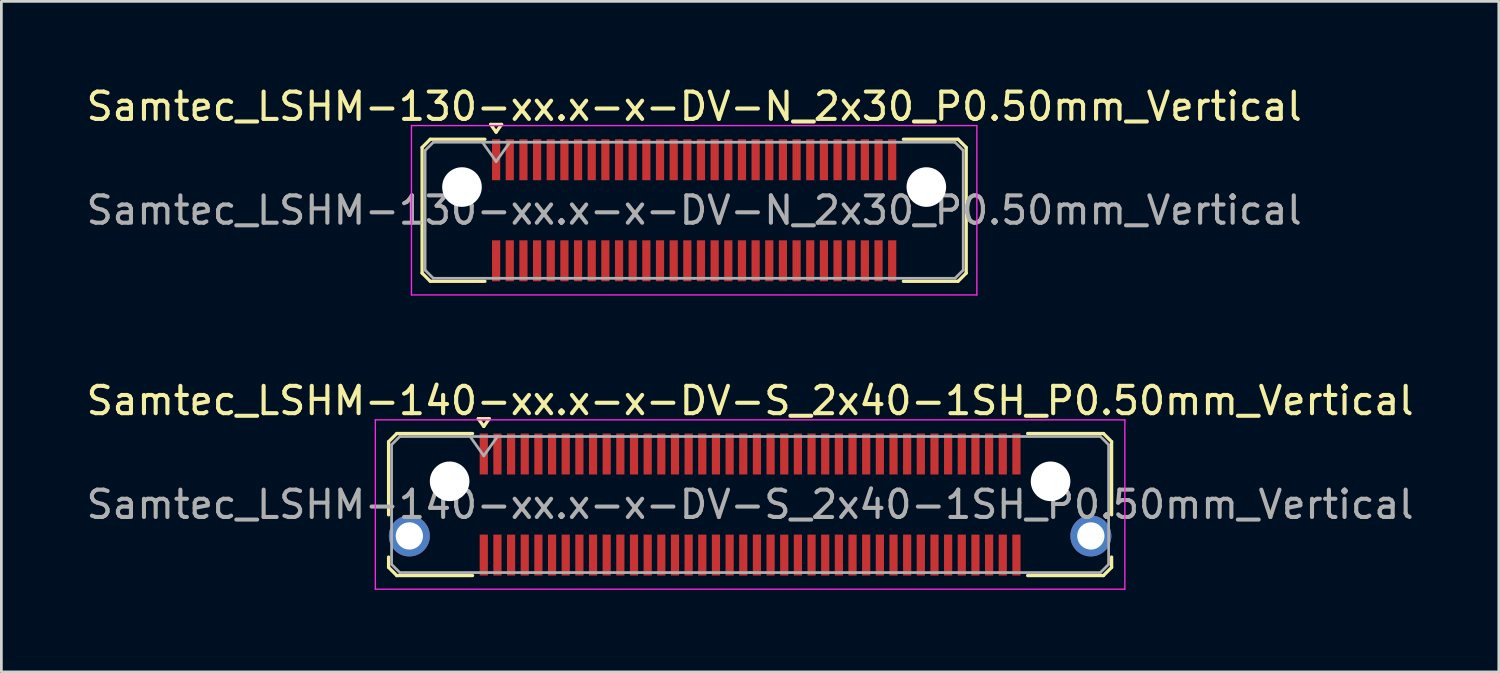
<source format=kicad_pcb>
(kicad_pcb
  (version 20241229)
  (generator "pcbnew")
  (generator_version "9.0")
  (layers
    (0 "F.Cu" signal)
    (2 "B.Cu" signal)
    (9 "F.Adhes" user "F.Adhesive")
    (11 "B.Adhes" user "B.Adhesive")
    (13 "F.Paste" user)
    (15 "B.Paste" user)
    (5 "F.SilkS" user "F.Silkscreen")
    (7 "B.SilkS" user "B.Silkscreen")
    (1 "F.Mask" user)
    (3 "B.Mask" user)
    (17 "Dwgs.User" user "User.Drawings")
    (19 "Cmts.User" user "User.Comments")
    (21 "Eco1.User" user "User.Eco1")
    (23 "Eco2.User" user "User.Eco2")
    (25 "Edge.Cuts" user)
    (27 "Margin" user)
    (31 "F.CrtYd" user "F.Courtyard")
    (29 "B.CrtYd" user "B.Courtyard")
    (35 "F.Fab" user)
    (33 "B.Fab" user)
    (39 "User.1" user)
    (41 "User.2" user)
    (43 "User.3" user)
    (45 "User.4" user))
  (footprint "Samtec_LSHM-140-xx.x-x-DV-S_2x40-1SH_P0.50mm_Vertical"
    (layer "F.Cu")
    (at 24.411 15.421)
    (property "Reference" "Samtec_LSHM-140-xx.x-x-DV-S_2x40-1SH_P0.50mm_Vertical" (at 0 -3.8 0) (layer "F.SilkS") (effects (font (size 1 1) (thickness 0.15))))
    (attr smd)
    (fp_line (start -13.235 -2.3) (end -13.235 0.377) (stroke (width 0.12) (type solid)) (layer "F.SilkS"))
    (fp_line (start -13.235 1.923) (end -13.235 2.3) (stroke (width 0.12) (type solid)) (layer "F.SilkS"))
    (fp_line (start -13.235 2.3) (end -12.935 2.6) (stroke (width 0.12) (type solid)) (layer "F.SilkS"))
    (fp_line (start -12.935 -2.6) (end -13.235 -2.3) (stroke (width 0.12) (type solid)) (layer "F.SilkS"))
    (fp_line (start -12.935 2.6) (end -10.16 2.6) (stroke (width 0.12) (type solid)) (layer "F.SilkS"))
    (fp_line (start -10.16 -2.6) (end -12.935 -2.6) (stroke (width 0.12) (type solid)) (layer "F.SilkS"))
    (fp_line (start -9.95 -3.143) (end -9.55 -3.143) (stroke (width 0.12) (type solid)) (layer "F.SilkS"))
    (fp_line (start -9.75 -2.86) (end -9.95 -3.143) (stroke (width 0.12) (type solid)) (layer "F.SilkS"))
    (fp_line (start -9.55 -3.143) (end -9.75 -2.86) (stroke (width 0.12) (type solid)) (layer "F.SilkS"))
    (fp_line (start 10.16 -2.6) (end 12.935 -2.6) (stroke (width 0.12) (type solid)) (layer "F.SilkS"))
    (fp_line (start 12.935 -2.6) (end 13.235 -2.3) (stroke (width 0.12) (type solid)) (layer "F.SilkS"))
    (fp_line (start 12.935 2.6) (end 10.16 2.6) (stroke (width 0.12) (type solid)) (layer "F.SilkS"))
    (fp_line (start 13.235 -2.3) (end 13.235 0.377) (stroke (width 0.12) (type solid)) (layer "F.SilkS"))
    (fp_line (start 13.235 1.923) (end 13.235 2.3) (stroke (width 0.12) (type solid)) (layer "F.SilkS"))
    (fp_line (start 13.235 2.3) (end 12.935 2.6) (stroke (width 0.12) (type solid)) (layer "F.SilkS"))
    (fp_line (start -13.72 -3.1) (end -13.72 3.1) (stroke (width 0.05) (type solid)) (layer "F.CrtYd"))
    (fp_line (start -13.72 3.1) (end 13.72 3.1) (stroke (width 0.05) (type solid)) (layer "F.CrtYd"))
    (fp_line (start 13.72 -3.1) (end -13.72 -3.1) (stroke (width 0.05) (type solid)) (layer "F.CrtYd"))
    (fp_line (start 13.72 3.1) (end 13.72 -3.1) (stroke (width 0.05) (type solid)) (layer "F.CrtYd"))
    (fp_line (start -13.125 -2.19) (end -13.125 2.19) (stroke (width 0.1) (type solid)) (layer "F.Fab"))
    (fp_line (start -13.125 2.19) (end -12.825 2.49) (stroke (width 0.1) (type solid)) (layer "F.Fab"))
    (fp_line (start -12.825 -2.49) (end -13.125 -2.19) (stroke (width 0.1) (type solid)) (layer "F.Fab"))
    (fp_line (start -12.825 2.49) (end 0 2.49) (stroke (width 0.1) (type solid)) (layer "F.Fab"))
    (fp_line (start -10.25 -2.49) (end -9.75 -1.783) (stroke (width 0.1) (type solid)) (layer "F.Fab"))
    (fp_line (start -9.75 -1.783) (end -9.25 -2.49) (stroke (width 0.1) (type solid)) (layer "F.Fab"))
    (fp_line (start 0 -2.49) (end -12.825 -2.49) (stroke (width 0.1) (type solid)) (layer "F.Fab"))
    (fp_line (start 0 -2.49) (end 12.825 -2.49) (stroke (width 0.1) (type solid)) (layer "F.Fab"))
    (fp_line (start 12.825 -2.49) (end 13.125 -2.19) (stroke (width 0.1) (type solid)) (layer "F.Fab"))
    (fp_line (start 12.825 2.49) (end 0 2.49) (stroke (width 0.1) (type solid)) (layer "F.Fab"))
    (fp_line (start 13.125 -2.19) (end 13.125 2.19) (stroke (width 0.1) (type solid)) (layer "F.Fab"))
    (fp_line (start 13.125 2.19) (end 12.825 2.49) (stroke (width 0.1) (type solid)) (layer "F.Fab"))
    (fp_text user "${REFERENCE}" (at 0 0 0) (layer "F.Fab") (effects (font (size 1 1) (thickness 0.15))))
    (pad "" np_thru_hole circle (at -11 -0.85) (size 1.45 1.45) (drill 1.45) (layers "*.Cu" "*.Mask"))
    (pad "" np_thru_hole circle (at 11 -0.85) (size 1.45 1.45) (drill 1.45) (layers "*.Cu" "*.Mask"))
    (pad "1" smd rect (at -9.75 -1.85) (size 0.3 1.5) (layers "F.Cu" "F.Mask" "F.Paste"))
    (pad "2" smd rect (at -9.75 1.85) (size 0.3 1.5) (layers "F.Cu" "F.Mask" "F.Paste"))
    (pad "3" smd rect (at -9.25 -1.85) (size 0.3 1.5) (layers "F.Cu" "F.Mask" "F.Paste"))
    (pad "4" smd rect (at -9.25 1.85) (size 0.3 1.5) (layers "F.Cu" "F.Mask" "F.Paste"))
    (pad "5" smd rect (at -8.75 -1.85) (size 0.3 1.5) (layers "F.Cu" "F.Mask" "F.Paste"))
    (pad "6" smd rect (at -8.75 1.85) (size 0.3 1.5) (layers "F.Cu" "F.Mask" "F.Paste"))
    (pad "7" smd rect (at -8.25 -1.85) (size 0.3 1.5) (layers "F.Cu" "F.Mask" "F.Paste"))
    (pad "8" smd rect (at -8.25 1.85) (size 0.3 1.5) (layers "F.Cu" "F.Mask" "F.Paste"))
    (pad "9" smd rect (at -7.75 -1.85) (size 0.3 1.5) (layers "F.Cu" "F.Mask" "F.Paste"))
    (pad "10" smd rect (at -7.75 1.85) (size 0.3 1.5) (layers "F.Cu" "F.Mask" "F.Paste"))
    (pad "11" smd rect (at -7.25 -1.85) (size 0.3 1.5) (layers "F.Cu" "F.Mask" "F.Paste"))
    (pad "12" smd rect (at -7.25 1.85) (size 0.3 1.5) (layers "F.Cu" "F.Mask" "F.Paste"))
    (pad "13" smd rect (at -6.75 -1.85) (size 0.3 1.5) (layers "F.Cu" "F.Mask" "F.Paste"))
    (pad "14" smd rect (at -6.75 1.85) (size 0.3 1.5) (layers "F.Cu" "F.Mask" "F.Paste"))
    (pad "15" smd rect (at -6.25 -1.85) (size 0.3 1.5) (layers "F.Cu" "F.Mask" "F.Paste"))
    (pad "16" smd rect (at -6.25 1.85) (size 0.3 1.5) (layers "F.Cu" "F.Mask" "F.Paste"))
    (pad "17" smd rect (at -5.75 -1.85) (size 0.3 1.5) (layers "F.Cu" "F.Mask" "F.Paste"))
    (pad "18" smd rect (at -5.75 1.85) (size 0.3 1.5) (layers "F.Cu" "F.Mask" "F.Paste"))
    (pad "19" smd rect (at -5.25 -1.85) (size 0.3 1.5) (layers "F.Cu" "F.Mask" "F.Paste"))
    (pad "20" smd rect (at -5.25 1.85) (size 0.3 1.5) (layers "F.Cu" "F.Mask" "F.Paste"))
    (pad "21" smd rect (at -4.75 -1.85) (size 0.3 1.5) (layers "F.Cu" "F.Mask" "F.Paste"))
    (pad "22" smd rect (at -4.75 1.85) (size 0.3 1.5) (layers "F.Cu" "F.Mask" "F.Paste"))
    (pad "23" smd rect (at -4.25 -1.85) (size 0.3 1.5) (layers "F.Cu" "F.Mask" "F.Paste"))
    (pad "24" smd rect (at -4.25 1.85) (size 0.3 1.5) (layers "F.Cu" "F.Mask" "F.Paste"))
    (pad "25" smd rect (at -3.75 -1.85) (size 0.3 1.5) (layers "F.Cu" "F.Mask" "F.Paste"))
    (pad "26" smd rect (at -3.75 1.85) (size 0.3 1.5) (layers "F.Cu" "F.Mask" "F.Paste"))
    (pad "27" smd rect (at -3.25 -1.85) (size 0.3 1.5) (layers "F.Cu" "F.Mask" "F.Paste"))
    (pad "28" smd rect (at -3.25 1.85) (size 0.3 1.5) (layers "F.Cu" "F.Mask" "F.Paste"))
    (pad "29" smd rect (at -2.75 -1.85) (size 0.3 1.5) (layers "F.Cu" "F.Mask" "F.Paste"))
    (pad "30" smd rect (at -2.75 1.85) (size 0.3 1.5) (layers "F.Cu" "F.Mask" "F.Paste"))
    (pad "31" smd rect (at -2.25 -1.85) (size 0.3 1.5) (layers "F.Cu" "F.Mask" "F.Paste"))
    (pad "32" smd rect (at -2.25 1.85) (size 0.3 1.5) (layers "F.Cu" "F.Mask" "F.Paste"))
    (pad "33" smd rect (at -1.75 -1.85) (size 0.3 1.5) (layers "F.Cu" "F.Mask" "F.Paste"))
    (pad "34" smd rect (at -1.75 1.85) (size 0.3 1.5) (layers "F.Cu" "F.Mask" "F.Paste"))
    (pad "35" smd rect (at -1.25 -1.85) (size 0.3 1.5) (layers "F.Cu" "F.Mask" "F.Paste"))
    (pad "36" smd rect (at -1.25 1.85) (size 0.3 1.5) (layers "F.Cu" "F.Mask" "F.Paste"))
    (pad "37" smd rect (at -0.75 -1.85) (size 0.3 1.5) (layers "F.Cu" "F.Mask" "F.Paste"))
    (pad "38" smd rect (at -0.75 1.85) (size 0.3 1.5) (layers "F.Cu" "F.Mask" "F.Paste"))
    (pad "39" smd rect (at -0.25 -1.85) (size 0.3 1.5) (layers "F.Cu" "F.Mask" "F.Paste"))
    (pad "40" smd rect (at -0.25 1.85) (size 0.3 1.5) (layers "F.Cu" "F.Mask" "F.Paste"))
    (pad "41" smd rect (at 0.25 -1.85) (size 0.3 1.5) (layers "F.Cu" "F.Mask" "F.Paste"))
    (pad "42" smd rect (at 0.25 1.85) (size 0.3 1.5) (layers "F.Cu" "F.Mask" "F.Paste"))
    (pad "43" smd rect (at 0.75 -1.85) (size 0.3 1.5) (layers "F.Cu" "F.Mask" "F.Paste"))
    (pad "44" smd rect (at 0.75 1.85) (size 0.3 1.5) (layers "F.Cu" "F.Mask" "F.Paste"))
    (pad "45" smd rect (at 1.25 -1.85) (size 0.3 1.5) (layers "F.Cu" "F.Mask" "F.Paste"))
    (pad "46" smd rect (at 1.25 1.85) (size 0.3 1.5) (layers "F.Cu" "F.Mask" "F.Paste"))
    (pad "47" smd rect (at 1.75 -1.85) (size 0.3 1.5) (layers "F.Cu" "F.Mask" "F.Paste"))
    (pad "48" smd rect (at 1.75 1.85) (size 0.3 1.5) (layers "F.Cu" "F.Mask" "F.Paste"))
    (pad "49" smd rect (at 2.25 -1.85) (size 0.3 1.5) (layers "F.Cu" "F.Mask" "F.Paste"))
    (pad "50" smd rect (at 2.25 1.85) (size 0.3 1.5) (layers "F.Cu" "F.Mask" "F.Paste"))
    (pad "51" smd rect (at 2.75 -1.85) (size 0.3 1.5) (layers "F.Cu" "F.Mask" "F.Paste"))
    (pad "52" smd rect (at 2.75 1.85) (size 0.3 1.5) (layers "F.Cu" "F.Mask" "F.Paste"))
    (pad "53" smd rect (at 3.25 -1.85) (size 0.3 1.5) (layers "F.Cu" "F.Mask" "F.Paste"))
    (pad "54" smd rect (at 3.25 1.85) (size 0.3 1.5) (layers "F.Cu" "F.Mask" "F.Paste"))
    (pad "55" smd rect (at 3.75 -1.85) (size 0.3 1.5) (layers "F.Cu" "F.Mask" "F.Paste"))
    (pad "56" smd rect (at 3.75 1.85) (size 0.3 1.5) (layers "F.Cu" "F.Mask" "F.Paste"))
    (pad "57" smd rect (at 4.25 -1.85) (size 0.3 1.5) (layers "F.Cu" "F.Mask" "F.Paste"))
    (pad "58" smd rect (at 4.25 1.85) (size 0.3 1.5) (layers "F.Cu" "F.Mask" "F.Paste"))
    (pad "59" smd rect (at 4.75 -1.85) (size 0.3 1.5) (layers "F.Cu" "F.Mask" "F.Paste"))
    (pad "60" smd rect (at 4.75 1.85) (size 0.3 1.5) (layers "F.Cu" "F.Mask" "F.Paste"))
    (pad "61" smd rect (at 5.25 -1.85) (size 0.3 1.5) (layers "F.Cu" "F.Mask" "F.Paste"))
    (pad "62" smd rect (at 5.25 1.85) (size 0.3 1.5) (layers "F.Cu" "F.Mask" "F.Paste"))
    (pad "63" smd rect (at 5.75 -1.85) (size 0.3 1.5) (layers "F.Cu" "F.Mask" "F.Paste"))
    (pad "64" smd rect (at 5.75 1.85) (size 0.3 1.5) (layers "F.Cu" "F.Mask" "F.Paste"))
    (pad "65" smd rect (at 6.25 -1.85) (size 0.3 1.5) (layers "F.Cu" "F.Mask" "F.Paste"))
    (pad "66" smd rect (at 6.25 1.85) (size 0.3 1.5) (layers "F.Cu" "F.Mask" "F.Paste"))
    (pad "67" smd rect (at 6.75 -1.85) (size 0.3 1.5) (layers "F.Cu" "F.Mask" "F.Paste"))
    (pad "68" smd rect (at 6.75 1.85) (size 0.3 1.5) (layers "F.Cu" "F.Mask" "F.Paste"))
    (pad "69" smd rect (at 7.25 -1.85) (size 0.3 1.5) (layers "F.Cu" "F.Mask" "F.Paste"))
    (pad "70" smd rect (at 7.25 1.85) (size 0.3 1.5) (layers "F.Cu" "F.Mask" "F.Paste"))
    (pad "71" smd rect (at 7.75 -1.85) (size 0.3 1.5) (layers "F.Cu" "F.Mask" "F.Paste"))
    (pad "72" smd rect (at 7.75 1.85) (size 0.3 1.5) (layers "F.Cu" "F.Mask" "F.Paste"))
    (pad "73" smd rect (at 8.25 -1.85) (size 0.3 1.5) (layers "F.Cu" "F.Mask" "F.Paste"))
    (pad "74" smd rect (at 8.25 1.85) (size 0.3 1.5) (layers "F.Cu" "F.Mask" "F.Paste"))
    (pad "75" smd rect (at 8.75 -1.85) (size 0.3 1.5) (layers "F.Cu" "F.Mask" "F.Paste"))
    (pad "76" smd rect (at 8.75 1.85) (size 0.3 1.5) (layers "F.Cu" "F.Mask" "F.Paste"))
    (pad "77" smd rect (at 9.25 -1.85) (size 0.3 1.5) (layers "F.Cu" "F.Mask" "F.Paste"))
    (pad "78" smd rect (at 9.25 1.85) (size 0.3 1.5) (layers "F.Cu" "F.Mask" "F.Paste"))
    (pad "79" smd rect (at 9.75 -1.85) (size 0.3 1.5) (layers "F.Cu" "F.Mask" "F.Paste"))
    (pad "80" smd rect (at 9.75 1.85) (size 0.3 1.5) (layers "F.Cu" "F.Mask" "F.Paste"))
    (pad "SH" thru_hole circle (at -12.475 1.15) (size 1.5 1.5) (drill 1) (layers "*.Cu" "*.Mask"))
    (pad "SH" thru_hole circle (at 12.475 1.15) (size 1.5 1.5) (drill 1) (layers "*.Cu" "*.Mask")))
  (footprint "Samtec_LSHM-130-xx.x-x-DV-N_2x30_P0.50mm_Vertical"
    (layer "F.Cu")
    (at 22.363 4.648)
    (property "Reference" "Samtec_LSHM-130-xx.x-x-DV-N_2x30_P0.50mm_Vertical" (at 0 -3.8 0) (layer "F.SilkS") (effects (font (size 1 1) (thickness 0.15))))
    (attr smd)
    (fp_line (start -9.96 -2.3) (end -9.96 2.3) (stroke (width 0.12) (type solid)) (layer "F.SilkS"))
    (fp_line (start -9.96 2.3) (end -9.66 2.6) (stroke (width 0.12) (type solid)) (layer "F.SilkS"))
    (fp_line (start -9.66 -2.6) (end -9.96 -2.3) (stroke (width 0.12) (type solid)) (layer "F.SilkS"))
    (fp_line (start -9.66 2.6) (end -7.66 2.6) (stroke (width 0.12) (type solid)) (layer "F.SilkS"))
    (fp_line (start -7.66 -2.6) (end -9.66 -2.6) (stroke (width 0.12) (type solid)) (layer "F.SilkS"))
    (fp_line (start -7.45 -3.143) (end -7.05 -3.143) (stroke (width 0.12) (type solid)) (layer "F.SilkS"))
    (fp_line (start -7.25 -2.86) (end -7.45 -3.143) (stroke (width 0.12) (type solid)) (layer "F.SilkS"))
    (fp_line (start -7.05 -3.143) (end -7.25 -2.86) (stroke (width 0.12) (type solid)) (layer "F.SilkS"))
    (fp_line (start 7.66 -2.6) (end 9.66 -2.6) (stroke (width 0.12) (type solid)) (layer "F.SilkS"))
    (fp_line (start 9.66 -2.6) (end 9.96 -2.3) (stroke (width 0.12) (type solid)) (layer "F.SilkS"))
    (fp_line (start 9.66 2.6) (end 7.66 2.6) (stroke (width 0.12) (type solid)) (layer "F.SilkS"))
    (fp_line (start 9.96 -2.3) (end 9.96 2.3) (stroke (width 0.12) (type solid)) (layer "F.SilkS"))
    (fp_line (start 9.96 2.3) (end 9.66 2.6) (stroke (width 0.12) (type solid)) (layer "F.SilkS"))
    (fp_line (start -10.35 -3.1) (end -10.35 3.1) (stroke (width 0.05) (type solid)) (layer "F.CrtYd"))
    (fp_line (start -10.35 3.1) (end 10.35 3.1) (stroke (width 0.05) (type solid)) (layer "F.CrtYd"))
    (fp_line (start 10.35 -3.1) (end -10.35 -3.1) (stroke (width 0.05) (type solid)) (layer "F.CrtYd"))
    (fp_line (start 10.35 3.1) (end 10.35 -3.1) (stroke (width 0.05) (type solid)) (layer "F.CrtYd"))
    (fp_line (start -9.85 -2.19) (end -9.85 2.19) (stroke (width 0.1) (type solid)) (layer "F.Fab"))
    (fp_line (start -9.85 2.19) (end -9.55 2.49) (stroke (width 0.1) (type solid)) (layer "F.Fab"))
    (fp_line (start -9.55 -2.49) (end -9.85 -2.19) (stroke (width 0.1) (type solid)) (layer "F.Fab"))
    (fp_line (start -9.55 2.49) (end 0 2.49) (stroke (width 0.1) (type solid)) (layer "F.Fab"))
    (fp_line (start -7.75 -2.49) (end -7.25 -1.783) (stroke (width 0.1) (type solid)) (layer "F.Fab"))
    (fp_line (start -7.25 -1.783) (end -6.75 -2.49) (stroke (width 0.1) (type solid)) (layer "F.Fab"))
    (fp_line (start 0 -2.49) (end -9.55 -2.49) (stroke (width 0.1) (type solid)) (layer "F.Fab"))
    (fp_line (start 0 -2.49) (end 9.55 -2.49) (stroke (width 0.1) (type solid)) (layer "F.Fab"))
    (fp_line (start 9.55 -2.49) (end 9.85 -2.19) (stroke (width 0.1) (type solid)) (layer "F.Fab"))
    (fp_line (start 9.55 2.49) (end 0 2.49) (stroke (width 0.1) (type solid)) (layer "F.Fab"))
    (fp_line (start 9.85 -2.19) (end 9.85 2.19) (stroke (width 0.1) (type solid)) (layer "F.Fab"))
    (fp_line (start 9.85 2.19) (end 9.55 2.49) (stroke (width 0.1) (type solid)) (layer "F.Fab"))
    (fp_text user "${REFERENCE}" (at 0 0 0) (layer "F.Fab") (effects (font (size 1 1) (thickness 0.15))))
    (pad "" np_thru_hole circle (at -8.5 -0.85) (size 1.45 1.45) (drill 1.45) (layers "*.Cu" "*.Mask"))
    (pad "" np_thru_hole circle (at 8.5 -0.85) (size 1.45 1.45) (drill 1.45) (layers "*.Cu" "*.Mask"))
    (pad "1" smd rect (at -7.25 -1.85) (size 0.3 1.5) (layers "F.Cu" "F.Mask" "F.Paste"))
    (pad "2" smd rect (at -7.25 1.85) (size 0.3 1.5) (layers "F.Cu" "F.Mask" "F.Paste"))
    (pad "3" smd rect (at -6.75 -1.85) (size 0.3 1.5) (layers "F.Cu" "F.Mask" "F.Paste"))
    (pad "4" smd rect (at -6.75 1.85) (size 0.3 1.5) (layers "F.Cu" "F.Mask" "F.Paste"))
    (pad "5" smd rect (at -6.25 -1.85) (size 0.3 1.5) (layers "F.Cu" "F.Mask" "F.Paste"))
    (pad "6" smd rect (at -6.25 1.85) (size 0.3 1.5) (layers "F.Cu" "F.Mask" "F.Paste"))
    (pad "7" smd rect (at -5.75 -1.85) (size 0.3 1.5) (layers "F.Cu" "F.Mask" "F.Paste"))
    (pad "8" smd rect (at -5.75 1.85) (size 0.3 1.5) (layers "F.Cu" "F.Mask" "F.Paste"))
    (pad "9" smd rect (at -5.25 -1.85) (size 0.3 1.5) (layers "F.Cu" "F.Mask" "F.Paste"))
    (pad "10" smd rect (at -5.25 1.85) (size 0.3 1.5) (layers "F.Cu" "F.Mask" "F.Paste"))
    (pad "11" smd rect (at -4.75 -1.85) (size 0.3 1.5) (layers "F.Cu" "F.Mask" "F.Paste"))
    (pad "12" smd rect (at -4.75 1.85) (size 0.3 1.5) (layers "F.Cu" "F.Mask" "F.Paste"))
    (pad "13" smd rect (at -4.25 -1.85) (size 0.3 1.5) (layers "F.Cu" "F.Mask" "F.Paste"))
    (pad "14" smd rect (at -4.25 1.85) (size 0.3 1.5) (layers "F.Cu" "F.Mask" "F.Paste"))
    (pad "15" smd rect (at -3.75 -1.85) (size 0.3 1.5) (layers "F.Cu" "F.Mask" "F.Paste"))
    (pad "16" smd rect (at -3.75 1.85) (size 0.3 1.5) (layers "F.Cu" "F.Mask" "F.Paste"))
    (pad "17" smd rect (at -3.25 -1.85) (size 0.3 1.5) (layers "F.Cu" "F.Mask" "F.Paste"))
    (pad "18" smd rect (at -3.25 1.85) (size 0.3 1.5) (layers "F.Cu" "F.Mask" "F.Paste"))
    (pad "19" smd rect (at -2.75 -1.85) (size 0.3 1.5) (layers "F.Cu" "F.Mask" "F.Paste"))
    (pad "20" smd rect (at -2.75 1.85) (size 0.3 1.5) (layers "F.Cu" "F.Mask" "F.Paste"))
    (pad "21" smd rect (at -2.25 -1.85) (size 0.3 1.5) (layers "F.Cu" "F.Mask" "F.Paste"))
    (pad "22" smd rect (at -2.25 1.85) (size 0.3 1.5) (layers "F.Cu" "F.Mask" "F.Paste"))
    (pad "23" smd rect (at -1.75 -1.85) (size 0.3 1.5) (layers "F.Cu" "F.Mask" "F.Paste"))
    (pad "24" smd rect (at -1.75 1.85) (size 0.3 1.5) (layers "F.Cu" "F.Mask" "F.Paste"))
    (pad "25" smd rect (at -1.25 -1.85) (size 0.3 1.5) (layers "F.Cu" "F.Mask" "F.Paste"))
    (pad "26" smd rect (at -1.25 1.85) (size 0.3 1.5) (layers "F.Cu" "F.Mask" "F.Paste"))
    (pad "27" smd rect (at -0.75 -1.85) (size 0.3 1.5) (layers "F.Cu" "F.Mask" "F.Paste"))
    (pad "28" smd rect (at -0.75 1.85) (size 0.3 1.5) (layers "F.Cu" "F.Mask" "F.Paste"))
    (pad "29" smd rect (at -0.25 -1.85) (size 0.3 1.5) (layers "F.Cu" "F.Mask" "F.Paste"))
    (pad "30" smd rect (at -0.25 1.85) (size 0.3 1.5) (layers "F.Cu" "F.Mask" "F.Paste"))
    (pad "31" smd rect (at 0.25 -1.85) (size 0.3 1.5) (layers "F.Cu" "F.Mask" "F.Paste"))
    (pad "32" smd rect (at 0.25 1.85) (size 0.3 1.5) (layers "F.Cu" "F.Mask" "F.Paste"))
    (pad "33" smd rect (at 0.75 -1.85) (size 0.3 1.5) (layers "F.Cu" "F.Mask" "F.Paste"))
    (pad "34" smd rect (at 0.75 1.85) (size 0.3 1.5) (layers "F.Cu" "F.Mask" "F.Paste"))
    (pad "35" smd rect (at 1.25 -1.85) (size 0.3 1.5) (layers "F.Cu" "F.Mask" "F.Paste"))
    (pad "36" smd rect (at 1.25 1.85) (size 0.3 1.5) (layers "F.Cu" "F.Mask" "F.Paste"))
    (pad "37" smd rect (at 1.75 -1.85) (size 0.3 1.5) (layers "F.Cu" "F.Mask" "F.Paste"))
    (pad "38" smd rect (at 1.75 1.85) (size 0.3 1.5) (layers "F.Cu" "F.Mask" "F.Paste"))
    (pad "39" smd rect (at 2.25 -1.85) (size 0.3 1.5) (layers "F.Cu" "F.Mask" "F.Paste"))
    (pad "40" smd rect (at 2.25 1.85) (size 0.3 1.5) (layers "F.Cu" "F.Mask" "F.Paste"))
    (pad "41" smd rect (at 2.75 -1.85) (size 0.3 1.5) (layers "F.Cu" "F.Mask" "F.Paste"))
    (pad "42" smd rect (at 2.75 1.85) (size 0.3 1.5) (layers "F.Cu" "F.Mask" "F.Paste"))
    (pad "43" smd rect (at 3.25 -1.85) (size 0.3 1.5) (layers "F.Cu" "F.Mask" "F.Paste"))
    (pad "44" smd rect (at 3.25 1.85) (size 0.3 1.5) (layers "F.Cu" "F.Mask" "F.Paste"))
    (pad "45" smd rect (at 3.75 -1.85) (size 0.3 1.5) (layers "F.Cu" "F.Mask" "F.Paste"))
    (pad "46" smd rect (at 3.75 1.85) (size 0.3 1.5) (layers "F.Cu" "F.Mask" "F.Paste"))
    (pad "47" smd rect (at 4.25 -1.85) (size 0.3 1.5) (layers "F.Cu" "F.Mask" "F.Paste"))
    (pad "48" smd rect (at 4.25 1.85) (size 0.3 1.5) (layers "F.Cu" "F.Mask" "F.Paste"))
    (pad "49" smd rect (at 4.75 -1.85) (size 0.3 1.5) (layers "F.Cu" "F.Mask" "F.Paste"))
    (pad "50" smd rect (at 4.75 1.85) (size 0.3 1.5) (layers "F.Cu" "F.Mask" "F.Paste"))
    (pad "51" smd rect (at 5.25 -1.85) (size 0.3 1.5) (layers "F.Cu" "F.Mask" "F.Paste"))
    (pad "52" smd rect (at 5.25 1.85) (size 0.3 1.5) (layers "F.Cu" "F.Mask" "F.Paste"))
    (pad "53" smd rect (at 5.75 -1.85) (size 0.3 1.5) (layers "F.Cu" "F.Mask" "F.Paste"))
    (pad "54" smd rect (at 5.75 1.85) (size 0.3 1.5) (layers "F.Cu" "F.Mask" "F.Paste"))
    (pad "55" smd rect (at 6.25 -1.85) (size 0.3 1.5) (layers "F.Cu" "F.Mask" "F.Paste"))
    (pad "56" smd rect (at 6.25 1.85) (size 0.3 1.5) (layers "F.Cu" "F.Mask" "F.Paste"))
    (pad "57" smd rect (at 6.75 -1.85) (size 0.3 1.5) (layers "F.Cu" "F.Mask" "F.Paste"))
    (pad "58" smd rect (at 6.75 1.85) (size 0.3 1.5) (layers "F.Cu" "F.Mask" "F.Paste"))
    (pad "59" smd rect (at 7.25 -1.85) (size 0.3 1.5) (layers "F.Cu" "F.Mask" "F.Paste"))
    (pad "60" smd rect (at 7.25 1.85) (size 0.3 1.5) (layers "F.Cu" "F.Mask" "F.Paste")))
  (gr_rect
    (start -3 -3)
    (end 51.821 21.547)
    (stroke (width 0.1) (type default))
    (fill no)
    (layer "Edge.Cuts")))
</source>
